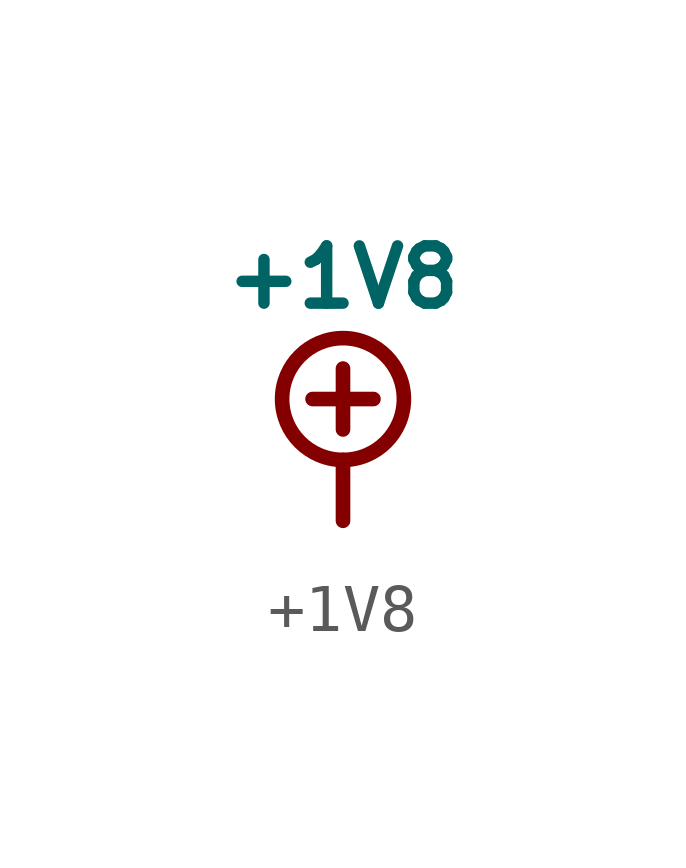
<source format=kicad_sym>
(kicad_symbol_lib
  (version 20220914)
  (generator kicad_symbol_editor)
  (symbol "+1V8"
    (power)
    (pin_names
      (offset 0))
    (property "Reference" "#PWR"
      (at 0 6.985 0)
      (effects (font (size 1.524 1.524)) hide))
    (property "Value" "+1V8"
      (at 0 5.08 0)
      (effects (font (size 1.194 1.194) bold)))
    (property "Footprint" ""
      (at 0 0 0)
      (effects (font (size 1.524 1.524))))
    (property "Datasheet" ""
      (at 0 0 0)
      (effects (font (size 1.524 1.524))))
    (symbol "+1V8_1_0"
      (polyline (pts (xy -0.635 2.54) (xy 0.635 2.54)) (stroke (width 0.305) (type default)) (fill (type none)))
      (polyline (pts (xy 0 1.27) (xy 0 0)) (stroke (width 0.305) (type default)) (fill (type none)))
      (polyline (pts (xy 0 3.175) (xy 0 1.905)) (stroke (width 0.305) (type default)) (fill (type none)))
      (circle (center 0 2.54) (radius 1.27) (stroke (width 0.305) (type default)) (fill (type none)))
      (pin power_in line (at 0 0 90) (length 0) hide (name "+1V8" (effects (font (size 1.27 1.27)))) (number "1" (effects (font (size 1.27 1.27))))))))
</source>
